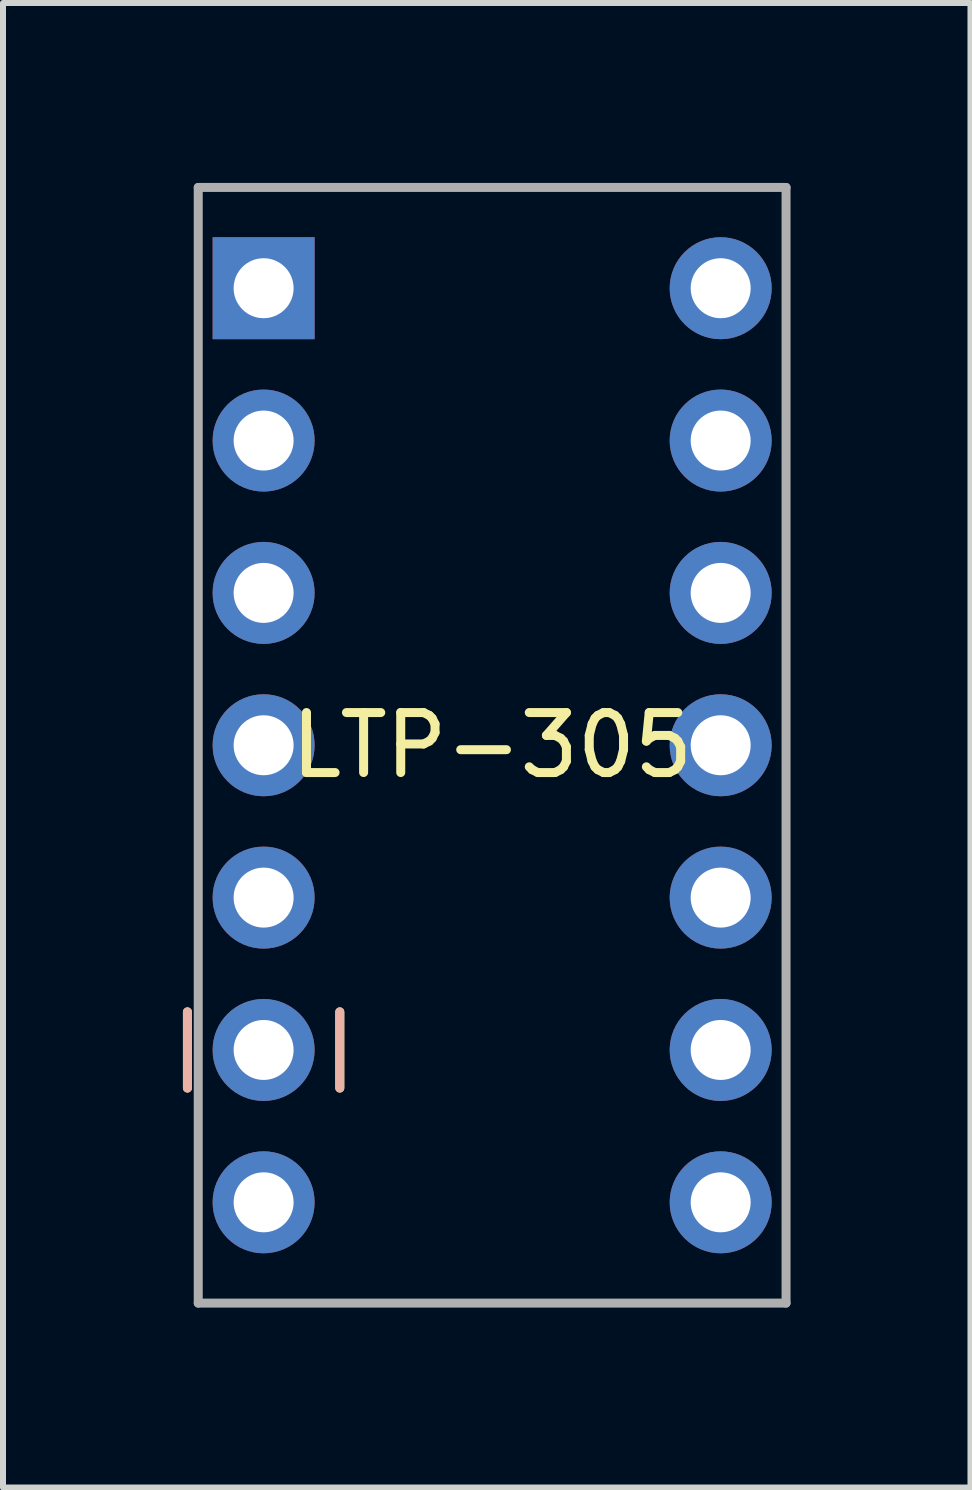
<source format=kicad_pcb>
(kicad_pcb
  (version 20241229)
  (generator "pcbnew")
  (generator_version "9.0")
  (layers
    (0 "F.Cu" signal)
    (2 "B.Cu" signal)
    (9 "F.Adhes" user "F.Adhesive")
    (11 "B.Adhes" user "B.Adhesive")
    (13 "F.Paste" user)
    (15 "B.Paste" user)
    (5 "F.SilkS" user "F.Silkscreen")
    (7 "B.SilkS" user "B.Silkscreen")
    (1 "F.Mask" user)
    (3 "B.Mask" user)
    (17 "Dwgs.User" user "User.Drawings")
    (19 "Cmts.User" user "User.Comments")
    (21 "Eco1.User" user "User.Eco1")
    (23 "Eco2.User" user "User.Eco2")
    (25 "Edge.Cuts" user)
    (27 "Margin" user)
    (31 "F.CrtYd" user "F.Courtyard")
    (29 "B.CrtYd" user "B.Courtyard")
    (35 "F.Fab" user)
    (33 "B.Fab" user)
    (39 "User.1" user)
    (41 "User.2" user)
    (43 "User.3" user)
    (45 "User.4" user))
  (footprint "LTP-305"
    (layer "F.Cu")
    (at 5.155 9.375)
    (property "Reference" "LTP-305" (at 0 0 0) (layer "F.SilkS") (effects (font (size 1 1) (thickness 0.15))))
    (attr through_hole)
    (fp_line (start -5.08 4.445) (end -5.08 5.715) (stroke (width 0.15) (type solid)) (layer "F.SilkS"))
    (fp_line (start -2.54 4.445) (end -2.54 5.715) (stroke (width 0.15) (type solid)) (layer "F.SilkS"))
    (fp_line (start -5.08 4.445) (end -5.08 5.715) (stroke (width 0.15) (type solid)) (layer "B.SilkS"))
    (fp_line (start -2.54 4.445) (end -2.54 5.715) (stroke (width 0.15) (type solid)) (layer "B.SilkS"))
    (fp_line (start -4.9 -9.3) (end 4.9 -9.3) (stroke (width 0.15) (type solid)) (layer "F.Fab"))
    (fp_line (start -4.9 9.3) (end -4.9 -9.3) (stroke (width 0.15) (type solid)) (layer "F.Fab"))
    (fp_line (start 4.9 -9.3) (end 4.9 9.3) (stroke (width 0.15) (type solid)) (layer "F.Fab"))
    (fp_line (start 4.9 9.3) (end -4.9 9.3) (stroke (width 0.15) (type solid)) (layer "F.Fab"))
    (pad "1" thru_hole rect (at -3.81 -7.62) (size 1.7 1.7) (drill 1) (layers "*.Cu" "*.Mask"))
    (pad "2" thru_hole circle (at -3.81 -5.08) (size 1.7 1.7) (drill 1) (layers "*.Cu" "*.Mask"))
    (pad "3" thru_hole circle (at -3.81 -2.54) (size 1.7 1.7) (drill 1) (layers "*.Cu" "*.Mask"))
    (pad "4" thru_hole circle (at -3.81 0) (size 1.7 1.7) (drill 1) (layers "*.Cu" "*.Mask"))
    (pad "5" thru_hole circle (at -3.81 2.54) (size 1.7 1.7) (drill 1) (layers "*.Cu" "*.Mask"))
    (pad "6" thru_hole circle (at -3.81 5.08) (size 1.7 1.7) (drill 1) (layers "*.Cu" "*.Mask"))
    (pad "7" thru_hole circle (at -3.81 7.62) (size 1.7 1.7) (drill 1) (layers "*.Cu" "*.Mask"))
    (pad "8" thru_hole circle (at 3.81 7.62) (size 1.7 1.7) (drill 1) (layers "*.Cu" "*.Mask"))
    (pad "9" thru_hole circle (at 3.81 5.08) (size 1.7 1.7) (drill 1) (layers "*.Cu" "*.Mask"))
    (pad "10" thru_hole circle (at 3.81 2.54) (size 1.7 1.7) (drill 1) (layers "*.Cu" "*.Mask"))
    (pad "11" thru_hole circle (at 3.81 0) (size 1.7 1.7) (drill 1) (layers "*.Cu" "*.Mask"))
    (pad "12" thru_hole circle (at 3.81 -2.54) (size 1.7 1.7) (drill 1) (layers "*.Cu" "*.Mask"))
    (pad "13" thru_hole circle (at 3.81 -5.08) (size 1.7 1.7) (drill 1) (layers "*.Cu" "*.Mask"))
    (pad "14" thru_hole circle (at 3.81 -7.62) (size 1.7 1.7) (drill 1) (layers "*.Cu" "*.Mask")))
  (gr_rect
    (start -3 -3)
    (end 13.13 21.75)
    (stroke (width 0.1) (type default))
    (fill no)
    (layer "Edge.Cuts")))
</source>
